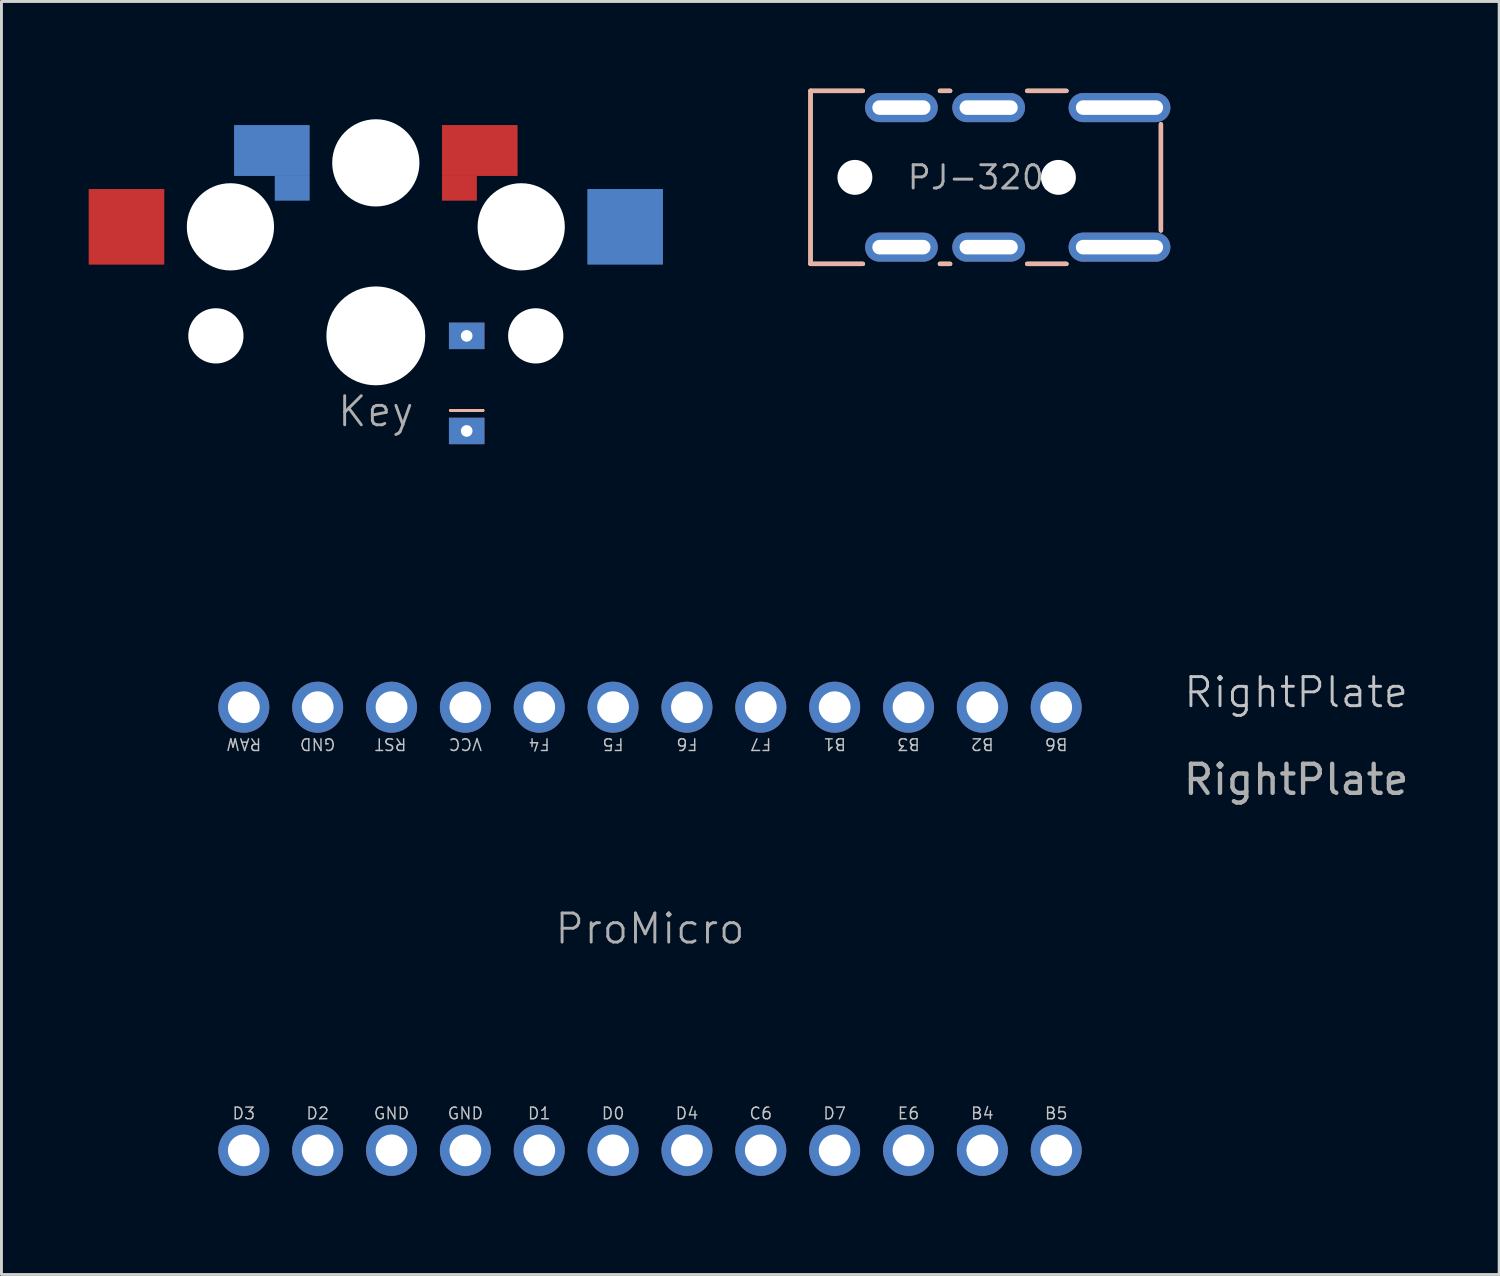
<source format=kicad_pcb>
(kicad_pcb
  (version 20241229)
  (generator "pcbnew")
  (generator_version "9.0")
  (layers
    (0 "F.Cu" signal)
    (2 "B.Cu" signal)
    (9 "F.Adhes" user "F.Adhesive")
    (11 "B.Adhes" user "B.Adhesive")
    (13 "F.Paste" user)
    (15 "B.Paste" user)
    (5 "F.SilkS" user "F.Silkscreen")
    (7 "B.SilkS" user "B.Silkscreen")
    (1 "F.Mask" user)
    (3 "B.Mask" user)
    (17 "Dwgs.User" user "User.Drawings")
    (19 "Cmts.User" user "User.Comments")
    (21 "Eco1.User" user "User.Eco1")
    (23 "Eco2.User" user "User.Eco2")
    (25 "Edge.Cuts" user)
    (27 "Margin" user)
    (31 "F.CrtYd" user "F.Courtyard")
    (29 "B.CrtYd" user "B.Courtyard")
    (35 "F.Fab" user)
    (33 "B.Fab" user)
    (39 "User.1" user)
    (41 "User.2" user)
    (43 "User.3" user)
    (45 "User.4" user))
  (footprint "Key"
    (layer "F.Cu")
    (at 9.875 8.501)
    (property "Reference" "Key" (at 0 2.6 0) (unlocked yes) (layer "F.Fab") (effects (font (size 1 1) (thickness 0.1))))
    (attr through_hole)
    (fp_line (start 2.565 2.565) (end 3.685 2.565) (stroke (width 0.1) (type default)) (layer "F.SilkS"))
    (fp_line (start 2.565 2.565) (end 3.685 2.565) (stroke (width 0.1) (type default)) (layer "B.SilkS"))
    (fp_rect (start -9 -8.5) (end 9 8.5) (stroke (width 0.001) (type default)) (fill no) (layer "Dwgs.User"))
    (fp_rect (start -6.9 -6.9) (end 6.9 6.9) (stroke (width 0.001) (type default)) (fill no) (layer "B.Fab"))
    (fp_rect (start 7.275 -8.275) (end -2.275 -1.425) (stroke (width 0.001) (type default)) (fill no) (layer "B.Fab"))
    (fp_rect (start -7.275 -8.275) (end 2.275 -1.425) (stroke (width 0.001) (type default)) (fill no) (layer "F.Fab"))
    (fp_rect (start -6.9 -6.9) (end 6.9 6.9) (stroke (width 0.001) (type default)) (fill no) (layer "F.Fab"))
    (pad "" np_thru_hole circle (at -5.5 0) (size 1.9 1.9) (drill 1.9) (layers "*.Cu" "*.Mask"))
    (pad "" np_thru_hole circle (at -5 -3.75) (size 3 3) (drill 3) (layers "*.Cu" "*.Mask"))
    (pad "" np_thru_hole circle (at 0 -5.95) (size 3 3) (drill 3) (layers "*.Cu" "*.Mask"))
    (pad "" np_thru_hole circle (at 0 0) (size 3.4 3.4) (drill 3.4) (layers "*.Cu" "*.Mask"))
    (pad "" np_thru_hole circle (at 5 -3.75) (size 3 3) (drill 3) (layers "*.Cu" "*.Mask"))
    (pad "" np_thru_hole circle (at 5.5 0) (size 1.9 1.9) (drill 1.9) (layers "*.Cu" "*.Mask"))
    (pad "1" smd rect (at -8.575 -3.75) (size 2.6 2.6) (layers "F.Cu" "F.Mask" "F.Paste"))
    (pad "2" smd rect (at -3.575 -6.375) (size 2.6 1.75) (layers "B.Cu" "B.Mask" "B.Paste"))
    (pad "2" smd rect (at -2.875 -5.075) (size 1.2 0.85) (layers "B.Cu" "B.Mask" "B.Paste"))
    (pad "3" smd rect (at 8.575 -3.75) (size 2.6 2.6) (layers "B.Cu" "B.Mask" "B.Paste"))
    (pad "4" smd rect (at 2.875 -5.075) (size 1.2 0.85) (layers "F.Cu" "F.Mask" "F.Paste"))
    (pad "4" smd rect (at 3.575 -6.375) (size 2.6 1.75) (layers "F.Cu" "F.Mask" "F.Paste"))
    (pad "5" thru_hole rect (at 3.125 0 90) (size 0.91 1.22) (drill 0.4) (layers "*.Cu" "*.Paste" "*.Mask"))
    (pad "6" thru_hole rect (at 3.125 3.27 90) (size 0.91 1.22) (drill 0.4) (layers "*.Cu" "*.Paste" "*.Mask")))
  (footprint "RightPlate"
    (layer "F.Cu")
    (at 41.527 21.262)
    (property "Reference" "RightPlate" (at 0 -0.5 0) (unlocked yes) (layer "Dwgs.User") (effects (font (size 1 1) (thickness 0.1))))
    (fp_text user "${REFERENCE}" (at 0 2.5 0) (unlocked yes) (layer "F.Fab") (effects (font (size 1 1) (thickness 0.15)))))
  (footprint "PJ-320A"
    (layer "F.Cu")
    (at 30.851 3.05)
    (property "Reference" "PJ-320A" (at 0 0 0) (unlocked yes) (layer "F.Fab") (effects (font (size 0.8 0.8) (thickness 0.1))))
    (attr through_hole)
    (fp_line (start -6.025 -2.975) (end -6.025 2.975) (stroke (width 0.15) (type default)) (layer "F.SilkS"))
    (fp_line (start -6.025 -2.975) (end -4.225 -2.975) (stroke (width 0.15) (type default)) (layer "F.SilkS"))
    (fp_line (start -4.225 2.975) (end -6.025 2.975) (stroke (width 0.15) (type default)) (layer "F.SilkS"))
    (fp_line (start -1.575 -2.975) (end -1.225 -2.975) (stroke (width 0.15) (type default)) (layer "F.SilkS"))
    (fp_line (start -1.575 2.975) (end -1.225 2.975) (stroke (width 0.15) (type default)) (layer "F.SilkS"))
    (fp_line (start 1.425 -2.975) (end 2.775 -2.975) (stroke (width 0.15) (type default)) (layer "F.SilkS"))
    (fp_line (start 1.425 2.975) (end 2.775 2.975) (stroke (width 0.15) (type default)) (layer "F.SilkS"))
    (fp_line (start 6.025 -1.825) (end 6.025 1.825) (stroke (width 0.15) (type default)) (layer "F.SilkS"))
    (fp_line (start -6.025 -2.975) (end -6.025 2.975) (stroke (width 0.15) (type default)) (layer "B.SilkS"))
    (fp_line (start -6.025 2.975) (end -4.225 2.975) (stroke (width 0.15) (type default)) (layer "B.SilkS"))
    (fp_line (start -4.225 -2.975) (end -6.025 -2.975) (stroke (width 0.15) (type default)) (layer "B.SilkS"))
    (fp_line (start -1.575 -2.975) (end -1.225 -2.975) (stroke (width 0.15) (type default)) (layer "B.SilkS"))
    (fp_line (start -1.575 2.975) (end -1.225 2.975) (stroke (width 0.15) (type default)) (layer "B.SilkS"))
    (fp_line (start 1.425 -2.975) (end 2.775 -2.975) (stroke (width 0.15) (type default)) (layer "B.SilkS"))
    (fp_line (start 1.425 2.975) (end 2.775 2.975) (stroke (width 0.15) (type default)) (layer "B.SilkS"))
    (fp_line (start 6.025 1.825) (end 6.025 -1.825) (stroke (width 0.15) (type default)) (layer "B.SilkS"))
    (fp_rect (start -8.1 -3.05) (end 6.1 3.05) (stroke (width 0.001) (type default)) (fill no) (layer "B.Fab"))
    (fp_rect (start 6.1 -3.05) (end -8.1 3.05) (stroke (width 0.001) (type default)) (fill no) (layer "F.Fab"))
    (pad "" np_thru_hole circle (at -4.5 0) (size 1.2 1.2) (drill 1.2) (layers "*.Cu"))
    (pad "" np_thru_hole circle (at 2.5 0) (size 1.2 1.2) (drill 1.2) (layers "*.Cu"))
    (pad "1" thru_hole oval (at -2.9 2.4) (size 2.5 1) (drill oval 2 0.5) (layers "*.Cu" "*.Mask"))
    (pad "2" thru_hole oval (at 0.1 2.4) (size 2.5 1) (drill oval 2 0.5) (layers "*.Cu" "*.Mask"))
    (pad "3" thru_hole oval (at 4.6 2.4) (size 3.5 1) (drill oval 3 0.5) (layers "*.Cu" "*.Mask"))
    (pad "4" thru_hole oval (at 4.6 -2.4) (size 3.5 1) (drill oval 3 0.5) (layers "*.Cu" "*.Mask"))
    (pad "5" thru_hole oval (at 0.1 -2.4) (size 2.5 1) (drill oval 2 0.5) (layers "*.Cu" "*.Mask"))
    (pad "6" thru_hole oval (at -2.9 -2.4) (size 2.5 1) (drill oval 2 0.5) (layers "*.Cu" "*.Mask")))
  (footprint "ProMicro"
    (layer "F.Cu")
    (at 19.305 28.892)
    (property "Reference" "ProMicro" (at 0 0 0) (layer "F.Fab") (effects (font (size 1 1) (thickness 0.1))))
    (attr through_hole)
    (fp_rect (start -19.304 -3.556) (end -14.224 3.81) (stroke (width 0.001) (type default)) (fill no) (layer "Dwgs.User"))
    (fp_rect (start -17.78 -8.89) (end 15.24 8.89) (stroke (width 0.001) (type default)) (fill no) (layer "F.Fab"))
    (fp_text user "E6" (at 8.89 6.35 0) (unlocked yes) (layer "Dwgs.User") (effects (font (size 0.4 0.4) (thickness 0.05))))
    (fp_text user "D4" (at 1.27 6.35 0) (unlocked yes) (layer "Dwgs.User") (effects (font (size 0.4 0.4) (thickness 0.05))))
    (fp_text user "GND" (at -11.43 -6.35 180) (unlocked yes) (layer "Dwgs.User") (effects (font (size 0.4 0.4) (thickness 0.05))))
    (fp_text user "F5" (at -1.27 -6.35 180) (unlocked yes) (layer "Dwgs.User") (effects (font (size 0.4 0.4) (thickness 0.05))))
    (fp_text user "B3" (at 8.89 -6.35 180) (unlocked yes) (layer "Dwgs.User") (effects (font (size 0.4 0.4) (thickness 0.05))))
    (fp_text user "D3" (at -13.97 6.35 0) (unlocked yes) (layer "Dwgs.User") (effects (font (size 0.4 0.4) (thickness 0.05))))
    (fp_text user "D1" (at -3.81 6.35 0) (unlocked yes) (layer "Dwgs.User") (effects (font (size 0.4 0.4) (thickness 0.05))))
    (fp_text user "B2" (at 11.43 -6.35 180) (unlocked yes) (layer "Dwgs.User") (effects (font (size 0.4 0.4) (thickness 0.05))))
    (fp_text user "D0" (at -1.27 6.35 0) (unlocked yes) (layer "Dwgs.User") (effects (font (size 0.4 0.4) (thickness 0.05))))
    (fp_text user "C6" (at 3.81 6.35 0) (unlocked yes) (layer "Dwgs.User") (effects (font (size 0.4 0.4) (thickness 0.05))))
    (fp_text user "B5" (at 13.97 6.35 0) (unlocked yes) (layer "Dwgs.User") (effects (font (size 0.4 0.4) (thickness 0.05))))
    (fp_text user "B6" (at 13.97 -6.35 180) (unlocked yes) (layer "Dwgs.User") (effects (font (size 0.4 0.4) (thickness 0.05))))
    (fp_text user "B1" (at 6.35 -6.35 180) (unlocked yes) (layer "Dwgs.User") (effects (font (size 0.4 0.4) (thickness 0.05))))
    (fp_text user "GND" (at -8.89 6.35 0) (unlocked yes) (layer "Dwgs.User") (effects (font (size 0.4 0.4) (thickness 0.05))))
    (fp_text user "D7" (at 6.35 6.35 0) (unlocked yes) (layer "Dwgs.User") (effects (font (size 0.4 0.4) (thickness 0.05))))
    (fp_text user "VCC" (at -6.35 -6.35 180) (unlocked yes) (layer "Dwgs.User") (effects (font (size 0.4 0.4) (thickness 0.05))))
    (fp_text user "D2" (at -11.43 6.35 0) (unlocked yes) (layer "Dwgs.User") (effects (font (size 0.4 0.4) (thickness 0.05))))
    (fp_text user "RST" (at -8.92 -6.35 180) (unlocked yes) (layer "Dwgs.User") (effects (font (size 0.4 0.4) (thickness 0.05))))
    (fp_text user "B4" (at 11.43 6.35 0) (unlocked yes) (layer "Dwgs.User") (effects (font (size 0.4 0.4) (thickness 0.05))))
    (fp_text user "RAW" (at -13.97 -6.35 180) (unlocked yes) (layer "Dwgs.User") (effects (font (size 0.4 0.4) (thickness 0.05))))
    (fp_text user "F4" (at -3.81 -6.35 180) (unlocked yes) (layer "Dwgs.User") (effects (font (size 0.4 0.4) (thickness 0.05))))
    (fp_text user "F6" (at 1.27 -6.35 180) (unlocked yes) (layer "Dwgs.User") (effects (font (size 0.4 0.4) (thickness 0.05))))
    (fp_text user "F7" (at 3.81 -6.35 180) (unlocked yes) (layer "Dwgs.User") (effects (font (size 0.4 0.4) (thickness 0.05))))
    (fp_text user "GND" (at -6.35 6.35 0) (unlocked yes) (layer "Dwgs.User") (effects (font (size 0.4 0.4) (thickness 0.05))))
    (pad "1" thru_hole circle (at -13.97 7.62) (size 1.753 1.753) (drill 1.092) (layers "*.Cu" "*.Mask"))
    (pad "2" thru_hole circle (at -11.43 7.62) (size 1.753 1.753) (drill 1.092) (layers "*.Cu" "*.Mask"))
    (pad "3" thru_hole circle (at -8.89 7.62) (size 1.753 1.753) (drill 1.092) (layers "*.Cu" "*.Mask"))
    (pad "4" thru_hole circle (at -6.35 7.62) (size 1.753 1.753) (drill 1.092) (layers "*.Cu" "*.Mask"))
    (pad "5" thru_hole circle (at -3.81 7.62) (size 1.753 1.753) (drill 1.092) (layers "*.Cu" "*.Mask"))
    (pad "6" thru_hole circle (at -1.27 7.62) (size 1.753 1.753) (drill 1.092) (layers "*.Cu" "*.Mask"))
    (pad "7" thru_hole circle (at 1.27 7.62) (size 1.753 1.753) (drill 1.092) (layers "*.Cu" "*.Mask"))
    (pad "8" thru_hole circle (at 3.81 7.62) (size 1.753 1.753) (drill 1.092) (layers "*.Cu" "*.Mask"))
    (pad "9" thru_hole circle (at 6.35 7.62) (size 1.753 1.753) (drill 1.092) (layers "*.Cu" "*.Mask"))
    (pad "10" thru_hole circle (at 8.89 7.62) (size 1.753 1.753) (drill 1.092) (layers "*.Cu" "*.Mask"))
    (pad "11" thru_hole circle (at 11.43 7.62) (size 1.753 1.753) (drill 1.092) (layers "*.Cu" "*.Mask"))
    (pad "12" thru_hole circle (at 13.97 7.62) (size 1.753 1.753) (drill 1.092) (layers "*.Cu" "*.Mask"))
    (pad "13" thru_hole circle (at 13.97 -7.62) (size 1.753 1.753) (drill 1.092) (layers "*.Cu" "*.Mask"))
    (pad "14" thru_hole circle (at 11.43 -7.62) (size 1.753 1.753) (drill 1.092) (layers "*.Cu" "*.Mask"))
    (pad "15" thru_hole circle (at 8.89 -7.62) (size 1.753 1.753) (drill 1.092) (layers "*.Cu" "*.Mask"))
    (pad "16" thru_hole circle (at 6.35 -7.62) (size 1.753 1.753) (drill 1.092) (layers "*.Cu" "*.Mask"))
    (pad "17" thru_hole circle (at 3.81 -7.62) (size 1.753 1.753) (drill 1.092) (layers "*.Cu" "*.Mask"))
    (pad "18" thru_hole circle (at 1.27 -7.62) (size 1.753 1.753) (drill 1.092) (layers "*.Cu" "*.Mask"))
    (pad "19" thru_hole circle (at -1.27 -7.62) (size 1.753 1.753) (drill 1.092) (layers "*.Cu" "*.Mask"))
    (pad "20" thru_hole circle (at -3.81 -7.62) (size 1.753 1.753) (drill 1.092) (layers "*.Cu" "*.Mask"))
    (pad "21" thru_hole circle (at -6.35 -7.62) (size 1.753 1.753) (drill 1.092) (layers "*.Cu" "*.Mask"))
    (pad "22" thru_hole circle (at -8.89 -7.62) (size 1.753 1.753) (drill 1.092) (layers "*.Cu" "*.Mask"))
    (pad "23" thru_hole circle (at -11.43 -7.62) (size 1.753 1.753) (drill 1.092) (layers "*.Cu" "*.Mask"))
    (pad "24" thru_hole circle (at -13.97 -7.62) (size 1.753 1.753) (drill 1.092) (layers "*.Cu" "*.Mask")))
  (gr_rect
    (start -3 -3)
    (end 48.509 40.782)
    (stroke (width 0.1) (type default))
    (fill no)
    (layer "Edge.Cuts")))
</source>
